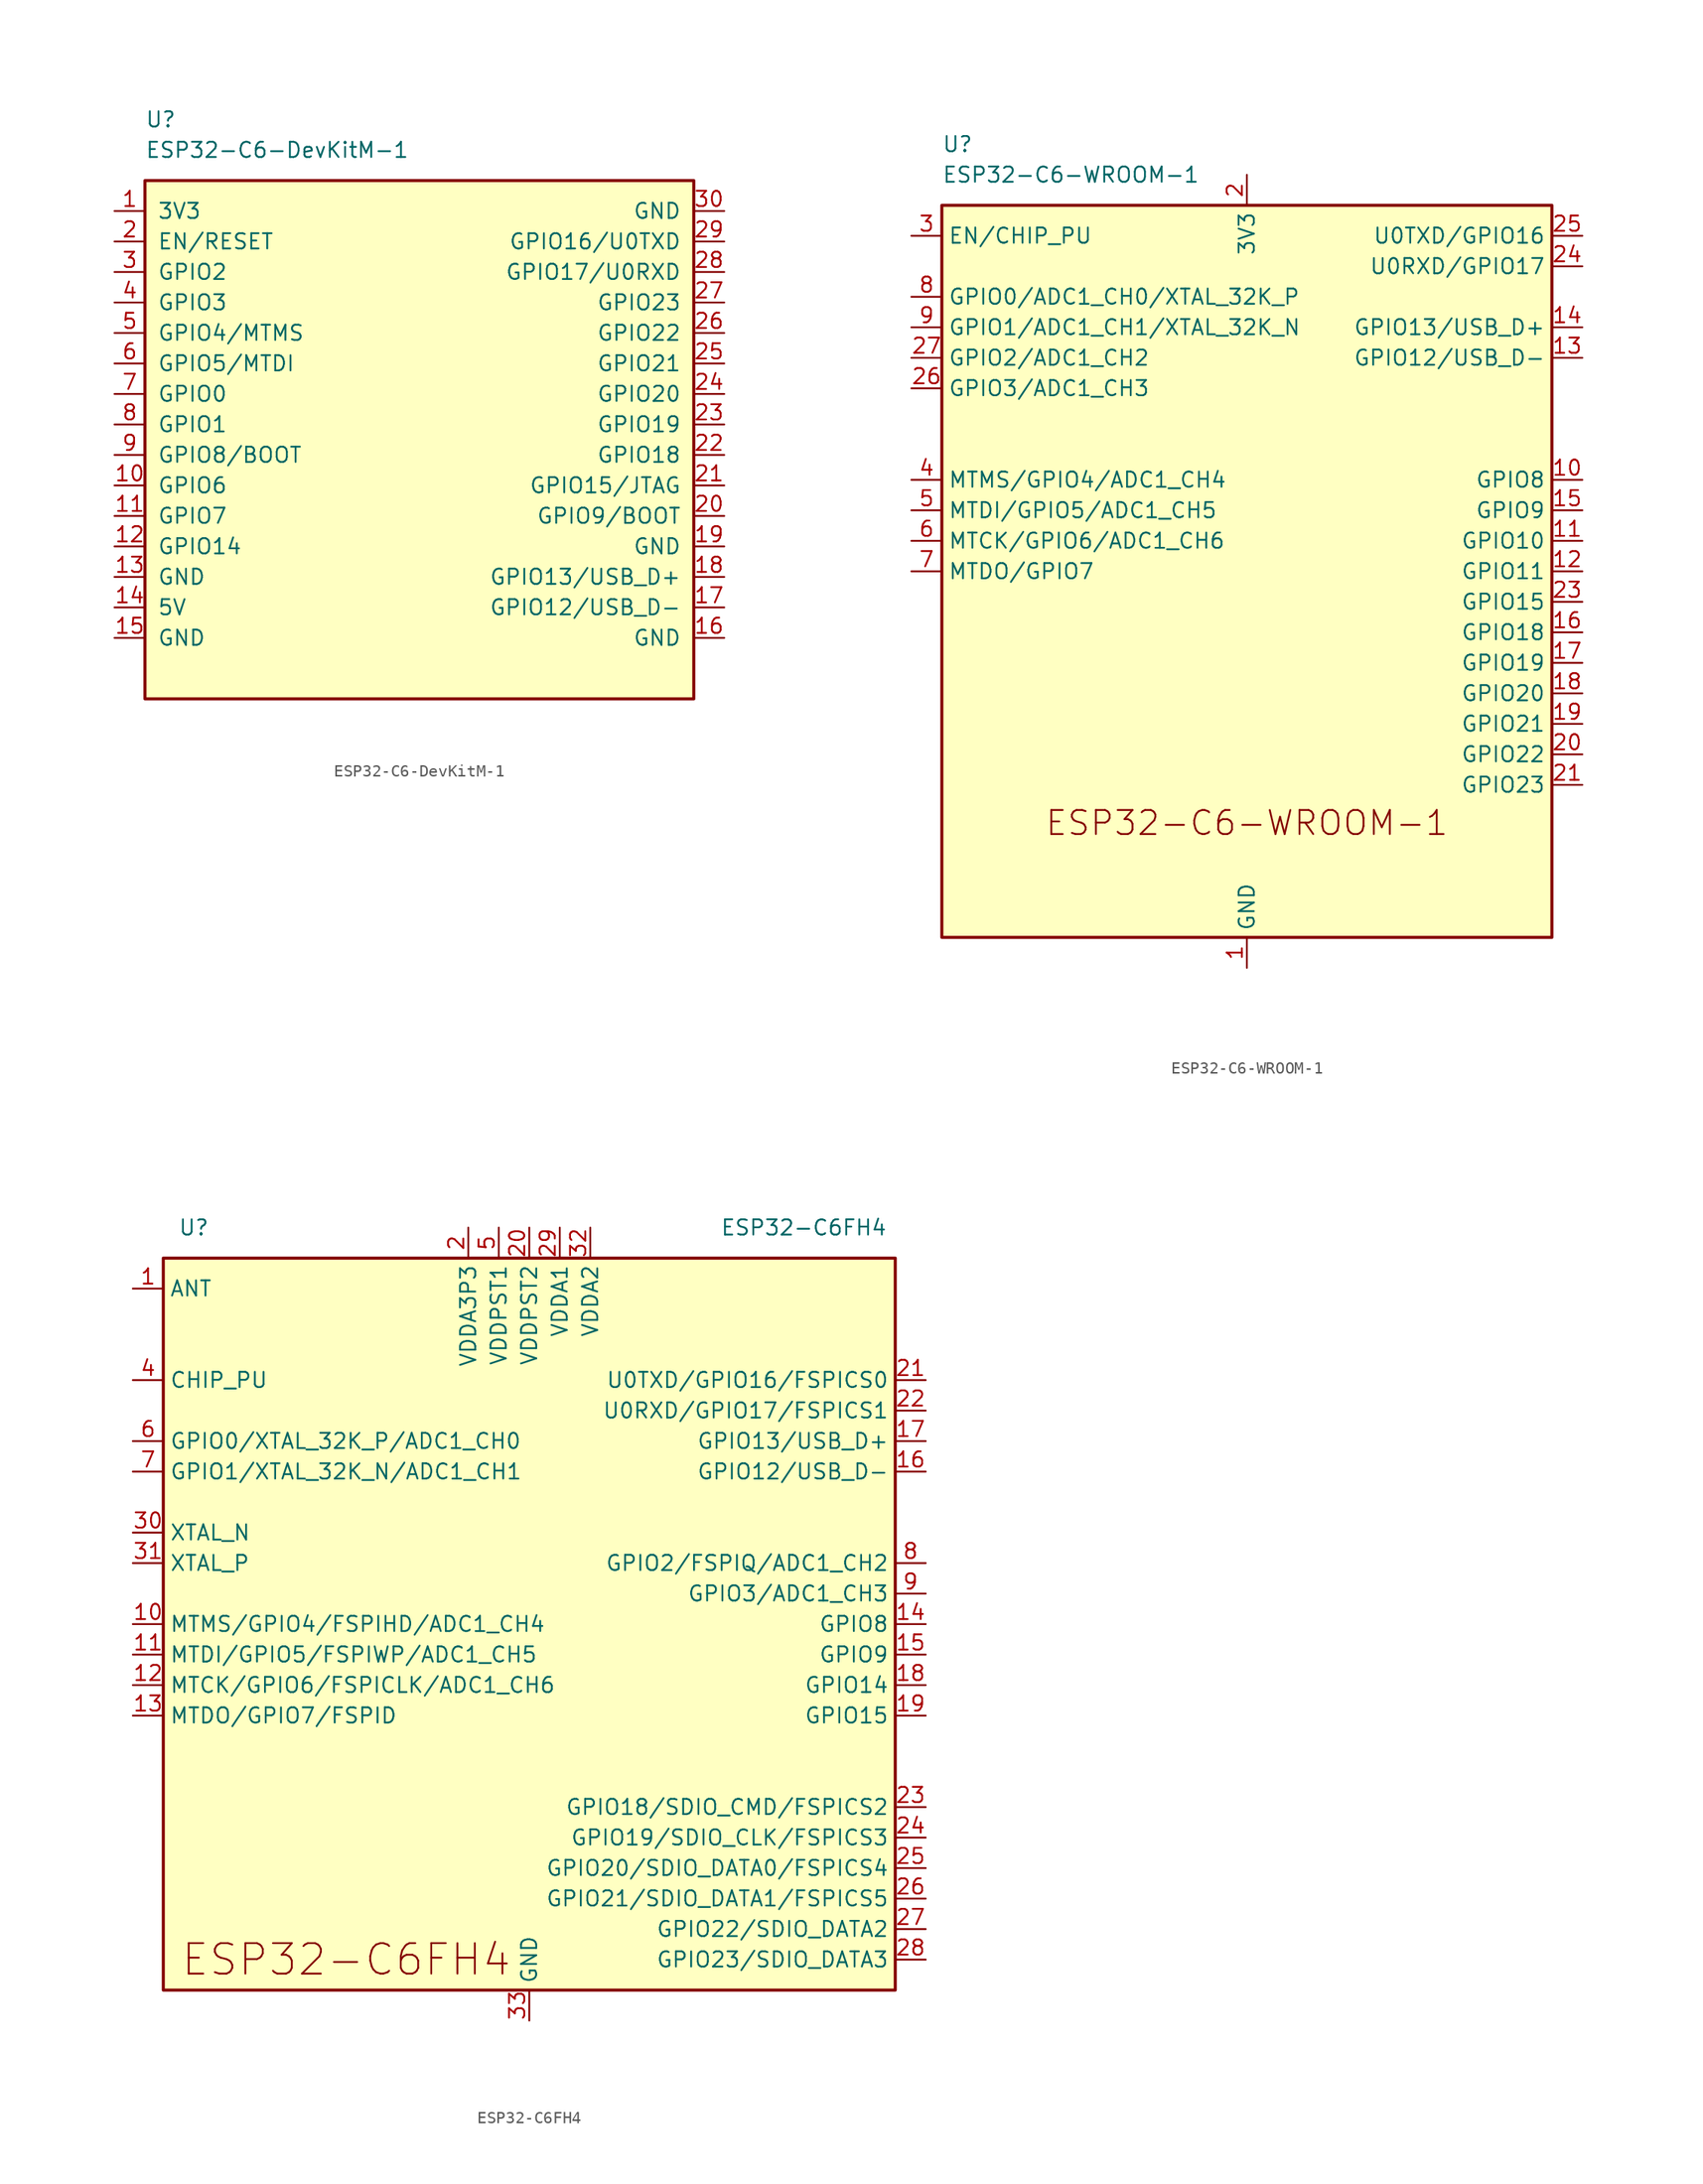
<source format=kicad_sym>
(kicad_symbol_lib
  (version 20241209)
  (generator "kicad_symbol_editor")
  (generator_version "9.0")
  (symbol "ESP32-C6-DevKitM-1"
    (pin_names
      (offset 1.016))
    (property "Reference" "U"
      (at -22.86 25.4 0)
      (effects (font (size 1.27 1.27)) (justify left)))
    (property "Value" "ESP32-C6-DevKitM-1"
      (at -22.86 22.86 0)
      (effects (font (size 1.27 1.27)) (justify left)))
    (symbol "ESP32-C6-DevKitM-1_0_1"
      (rectangle (start -22.86 20.32) (end 22.86 -22.86) (stroke (width 0.254) (type default)) (fill (type background))))
    (symbol "ESP32-C6-DevKitM-1_1_0"
      (pin input line (at -25.4 15.24 0) (length 2.54) (name "EN/RESET" (effects (font (size 1.27 1.27)))) (number "2" (effects (font (size 1.27 1.27)))))
      (pin power_in line (at -25.4 -15.24 0) (length 2.54) (name "5V" (effects (font (size 1.27 1.27)))) (number "14" (effects (font (size 1.27 1.27)))))
      (pin passive line (at 25.4 17.78 180) (length 2.54) (name "GND" (effects (font (size 1.27 1.27)))) (number "30" (effects (font (size 1.27 1.27))))))
    (symbol "ESP32-C6-DevKitM-1_1_1"
      (pin power_in line (at -25.4 17.78 0) (length 2.54) (name "3V3" (effects (font (size 1.27 1.27)))) (number "1" (effects (font (size 1.27 1.27)))))
      (pin bidirectional line (at -25.4 12.7 0) (length 2.54) (name "GPIO2" (effects (font (size 1.27 1.27)))) (number "3" (effects (font (size 1.27 1.27)))) (alternate "GPIO2/ADC1_CH2" bidirectional line) (alternate "GPIO2/FSPIQ" bidirectional line) (alternate "GPIO2/LP_GPIO2" bidirectional line) (alternate "GPIO2/LP_UART_RTSN" bidirectional line))
      (pin bidirectional line (at -25.4 10.16 0) (length 2.54) (name "GPIO3" (effects (font (size 1.27 1.27)))) (number "4" (effects (font (size 1.27 1.27)))) (alternate "GPIO3/ADC1_CH3" bidirectional line) (alternate "GPIO3/LP_GPIO3" bidirectional line) (alternate "GPIO3/LP_UART_CTSN" bidirectional line))
      (pin bidirectional line (at -25.4 7.62 0) (length 2.54) (name "GPIO4/MTMS" (effects (font (size 1.27 1.27)))) (number "5" (effects (font (size 1.27 1.27)))) (alternate "GPIO4" bidirectional line) (alternate "GPIO4/ADC1_CH4" bidirectional line) (alternate "GPIO4/FSPIHD" bidirectional line) (alternate "GPIO4/LP_GPIO4" bidirectional line) (alternate "GPIO4/LP_UART_RXD" bidirectional line))
      (pin bidirectional line (at -25.4 5.08 0) (length 2.54) (name "GPIO5/MTDI" (effects (font (size 1.27 1.27)))) (number "6" (effects (font (size 1.27 1.27)))) (alternate "GPIO5" bidirectional line) (alternate "GPIO5/ADC1_CH5" bidirectional line) (alternate "GPIO5/FSPIWP" bidirectional line) (alternate "GPIO5/LP_GPIO5" bidirectional line) (alternate "GPIO5/LP_UART_TXD" bidirectional line))
      (pin bidirectional line (at -25.4 2.54 0) (length 2.54) (name "GPIO0" (effects (font (size 1.27 1.27)))) (number "7" (effects (font (size 1.27 1.27)))) (alternate "GPIO0/ADC1_CH0" bidirectional line) (alternate "GPIO0/LP_GPIO0" bidirectional line) (alternate "GPIO0/LP_UART_DTRN" bidirectional line) (alternate "GPIO0/XTAL_32K_P" bidirectional line))
      (pin bidirectional line (at -25.4 0 0) (length 2.54) (name "GPIO1" (effects (font (size 1.27 1.27)))) (number "8" (effects (font (size 1.27 1.27)))) (alternate "GPIO1/ADC1_CH1" bidirectional line) (alternate "GPIO1/LP_GPIO1" bidirectional line) (alternate "GPIO1/LP_UART_DSRN" bidirectional line) (alternate "GPIO1/XTAL_32K_N" bidirectional line))
      (pin bidirectional line (at -25.4 -2.54 0) (length 2.54) (name "GPIO8/BOOT" (effects (font (size 1.27 1.27)))) (number "9" (effects (font (size 1.27 1.27)))))
      (pin bidirectional line (at -25.4 -5.08 0) (length 2.54) (name "GPIO6" (effects (font (size 1.27 1.27)))) (number "10" (effects (font (size 1.27 1.27)))) (alternate "GPIO6/ADC1_CH6" bidirectional line) (alternate "GPIO6/FSPICLK" bidirectional line) (alternate "GPIO6/LP_GPIO6" bidirectional line) (alternate "GPIO6/LP_I2C_SDA" bidirectional line) (alternate "GPIO6/MTCK" bidirectional line))
      (pin bidirectional line (at -25.4 -7.62 0) (length 2.54) (name "GPIO7" (effects (font (size 1.27 1.27)))) (number "11" (effects (font (size 1.27 1.27)))))
      (pin bidirectional line (at -25.4 -10.16 0) (length 2.54) (name "GPIO14" (effects (font (size 1.27 1.27)))) (number "12" (effects (font (size 1.27 1.27)))))
      (pin passive line (at -25.4 -12.7 0) (length 2.54) (name "GND" (effects (font (size 1.27 1.27)))) (number "13" (effects (font (size 1.27 1.27)))))
      (pin passive line (at -25.4 -17.78 0) (length 2.54) (name "GND" (effects (font (size 1.27 1.27)))) (number "15" (effects (font (size 1.27 1.27)))))
      (pin bidirectional line (at 25.4 15.24 180) (length 2.54) (name "GPIO16/U0TXD" (effects (font (size 1.27 1.27)))) (number "29" (effects (font (size 1.27 1.27)))) (alternate "GPIO16" bidirectional line) (alternate "GPIO16/FSPICS0" bidirectional line))
      (pin bidirectional line (at 25.4 12.7 180) (length 2.54) (name "GPIO17/U0RXD" (effects (font (size 1.27 1.27)))) (number "28" (effects (font (size 1.27 1.27)))) (alternate "GPIO17" bidirectional line) (alternate "GPIO17/FSPICS1" bidirectional line))
      (pin bidirectional line (at 25.4 10.16 180) (length 2.54) (name "GPIO23" (effects (font (size 1.27 1.27)))) (number "27" (effects (font (size 1.27 1.27)))) (alternate "GPIO23/SDIO_DATA3" bidirectional line))
      (pin bidirectional line (at 25.4 7.62 180) (length 2.54) (name "GPIO22" (effects (font (size 1.27 1.27)))) (number "26" (effects (font (size 1.27 1.27)))) (alternate "GPIO22/SDIO_DATA2" bidirectional line))
      (pin bidirectional line (at 25.4 5.08 180) (length 2.54) (name "GPIO21" (effects (font (size 1.27 1.27)))) (number "25" (effects (font (size 1.27 1.27)))) (alternate "GPIO21/FSPICS5" bidirectional line) (alternate "GPIO21/SDIO_DATA1" bidirectional line))
      (pin bidirectional line (at 25.4 2.54 180) (length 2.54) (name "GPIO20" (effects (font (size 1.27 1.27)))) (number "24" (effects (font (size 1.27 1.27)))) (alternate "GPIO20/FSPICS4" bidirectional line) (alternate "GPIO20/SDIO_DATA0" bidirectional line))
      (pin bidirectional line (at 25.4 0 180) (length 2.54) (name "GPIO19" (effects (font (size 1.27 1.27)))) (number "23" (effects (font (size 1.27 1.27)))) (alternate "GPIO19/FSPICS3" bidirectional line) (alternate "GPIO19/SDIO_CLK" bidirectional line))
      (pin bidirectional line (at 25.4 -2.54 180) (length 2.54) (name "GPIO18" (effects (font (size 1.27 1.27)))) (number "22" (effects (font (size 1.27 1.27)))) (alternate "GPIO18/FSPICS2" bidirectional line) (alternate "GPIO18/SDIO_CMD" bidirectional line))
      (pin bidirectional line (at 25.4 -5.08 180) (length 2.54) (name "GPIO15/JTAG" (effects (font (size 1.27 1.27)))) (number "21" (effects (font (size 1.27 1.27)))))
      (pin bidirectional line (at 25.4 -7.62 180) (length 2.54) (name "GPIO9/BOOT" (effects (font (size 1.27 1.27)))) (number "20" (effects (font (size 1.27 1.27)))))
      (pin passive line (at 25.4 -10.16 180) (length 2.54) (name "GND" (effects (font (size 1.27 1.27)))) (number "19" (effects (font (size 1.27 1.27)))))
      (pin bidirectional line (at 25.4 -12.7 180) (length 2.54) (name "GPIO13/USB_D+" (effects (font (size 1.27 1.27)))) (number "18" (effects (font (size 1.27 1.27)))) (alternate "GPIO13" bidirectional line))
      (pin bidirectional line (at 25.4 -15.24 180) (length 2.54) (name "GPIO12/USB_D-" (effects (font (size 1.27 1.27)))) (number "17" (effects (font (size 1.27 1.27)))) (alternate "GPIO12" bidirectional line))
      (pin passive line (at 25.4 -17.78 180) (length 2.54) (name "GND" (effects (font (size 1.27 1.27)))) (number "16" (effects (font (size 1.27 1.27)))))))
  (symbol "ESP32-C6-WROOM-1"
    (property "Reference" "U"
      (at -25.4 35.56 0)
      (effects (font (size 1.27 1.27)) (justify left)))
    (property "Value" "ESP32-C6-WROOM-1"
      (at -25.4 33.02 0)
      (effects (font (size 1.27 1.27)) (justify left)))
    (symbol "ESP32-C6-WROOM-1_0_0"
      (text "ESP32-C6-WROOM-1" (at 0 -20.955 0) (effects (font (size 2 2)))))
    (symbol "ESP32-C6-WROOM-1_0_1"
      (rectangle (start -25.4 30.48) (end 25.4 -30.48) (stroke (width 0.254) (type default)) (fill (type background))))
    (symbol "ESP32-C6-WROOM-1_1_1"
      (pin input line (at -27.94 27.94 0) (length 2.54) (name "EN/CHIP_PU" (effects (font (size 1.27 1.27)))) (number "3" (effects (font (size 1.27 1.27)))))
      (pin bidirectional line (at -27.94 22.86 0) (length 2.54) (name "GPIO0/ADC1_CH0/XTAL_32K_P" (effects (font (size 1.27 1.27)))) (number "8" (effects (font (size 1.27 1.27)))))
      (pin bidirectional line (at -27.94 20.32 0) (length 2.54) (name "GPIO1/ADC1_CH1/XTAL_32K_N" (effects (font (size 1.27 1.27)))) (number "9" (effects (font (size 1.27 1.27)))))
      (pin bidirectional line (at -27.94 17.78 0) (length 2.54) (name "GPIO2/ADC1_CH2" (effects (font (size 1.27 1.27)))) (number "27" (effects (font (size 1.27 1.27)))))
      (pin bidirectional line (at -27.94 15.24 0) (length 2.54) (name "GPIO3/ADC1_CH3" (effects (font (size 1.27 1.27)))) (number "26" (effects (font (size 1.27 1.27)))))
      (pin bidirectional line (at -27.94 7.62 0) (length 2.54) (name "MTMS/GPIO4/ADC1_CH4" (effects (font (size 1.27 1.27)))) (number "4" (effects (font (size 1.27 1.27)))))
      (pin bidirectional line (at -27.94 5.08 0) (length 2.54) (name "MTDI/GPIO5/ADC1_CH5" (effects (font (size 1.27 1.27)))) (number "5" (effects (font (size 1.27 1.27)))))
      (pin bidirectional line (at -27.94 2.54 0) (length 2.54) (name "MTCK/GPIO6/ADC1_CH6" (effects (font (size 1.27 1.27)))) (number "6" (effects (font (size 1.27 1.27)))))
      (pin bidirectional line (at -27.94 0 0) (length 2.54) (name "MTDO/GPIO7" (effects (font (size 1.27 1.27)))) (number "7" (effects (font (size 1.27 1.27)))))
      (pin no_connect line (at -25.4 -12.7 0) (length 2.54) (hide yes) (name "NC" (effects (font (size 1.27 1.27)))) (number "22" (effects (font (size 1.27 1.27)))))
      (pin power_in line (at 0 33.02 270) (length 2.54) (name "3V3" (effects (font (size 1.27 1.27)))) (number "2" (effects (font (size 1.27 1.27)))))
      (pin power_in line (at 0 -33.02 90) (length 2.54) (name "GND" (effects (font (size 1.27 1.27)))) (number "1" (effects (font (size 1.27 1.27)))))
      (pin passive line (at 0 -33.02 90) (length 2.54) (hide yes) (name "GND" (effects (font (size 1.27 1.27)))) (number "28" (effects (font (size 1.27 1.27)))))
      (pin passive line (at 0 -33.02 90) (length 2.54) (hide yes) (name "GND" (effects (font (size 1.27 1.27)))) (number "29" (effects (font (size 1.27 1.27)))))
      (pin bidirectional line (at 27.94 27.94 180) (length 2.54) (name "U0TXD/GPIO16" (effects (font (size 1.27 1.27)))) (number "25" (effects (font (size 1.27 1.27)))))
      (pin bidirectional line (at 27.94 25.4 180) (length 2.54) (name "U0RXD/GPIO17" (effects (font (size 1.27 1.27)))) (number "24" (effects (font (size 1.27 1.27)))))
      (pin bidirectional line (at 27.94 20.32 180) (length 2.54) (name "GPIO13/USB_D+" (effects (font (size 1.27 1.27)))) (number "14" (effects (font (size 1.27 1.27)))))
      (pin bidirectional line (at 27.94 17.78 180) (length 2.54) (name "GPIO12/USB_D-" (effects (font (size 1.27 1.27)))) (number "13" (effects (font (size 1.27 1.27)))))
      (pin bidirectional line (at 27.94 7.62 180) (length 2.54) (name "GPIO8" (effects (font (size 1.27 1.27)))) (number "10" (effects (font (size 1.27 1.27)))))
      (pin bidirectional line (at 27.94 5.08 180) (length 2.54) (name "GPIO9" (effects (font (size 1.27 1.27)))) (number "15" (effects (font (size 1.27 1.27)))))
      (pin bidirectional line (at 27.94 2.54 180) (length 2.54) (name "GPIO10" (effects (font (size 1.27 1.27)))) (number "11" (effects (font (size 1.27 1.27)))))
      (pin bidirectional line (at 27.94 0 180) (length 2.54) (name "GPIO11" (effects (font (size 1.27 1.27)))) (number "12" (effects (font (size 1.27 1.27)))))
      (pin bidirectional line (at 27.94 -2.54 180) (length 2.54) (name "GPIO15" (effects (font (size 1.27 1.27)))) (number "23" (effects (font (size 1.27 1.27)))))
      (pin bidirectional line (at 27.94 -5.08 180) (length 2.54) (name "GPIO18" (effects (font (size 1.27 1.27)))) (number "16" (effects (font (size 1.27 1.27)))))
      (pin bidirectional line (at 27.94 -7.62 180) (length 2.54) (name "GPIO19" (effects (font (size 1.27 1.27)))) (number "17" (effects (font (size 1.27 1.27)))))
      (pin bidirectional line (at 27.94 -10.16 180) (length 2.54) (name "GPIO20" (effects (font (size 1.27 1.27)))) (number "18" (effects (font (size 1.27 1.27)))))
      (pin bidirectional line (at 27.94 -12.7 180) (length 2.54) (name "GPIO21" (effects (font (size 1.27 1.27)))) (number "19" (effects (font (size 1.27 1.27)))))
      (pin bidirectional line (at 27.94 -15.24 180) (length 2.54) (name "GPIO22" (effects (font (size 1.27 1.27)))) (number "20" (effects (font (size 1.27 1.27)))))
      (pin bidirectional line (at 27.94 -17.78 180) (length 2.54) (name "GPIO23" (effects (font (size 1.27 1.27)))) (number "21" (effects (font (size 1.27 1.27)))))))
  (symbol "ESP32-C6FH4"
    (property "Reference" "U"
      (at -27.94 33.02 0)
      (effects (font (size 1.27 1.27))))
    (property "Value" "ESP32-C6FH4"
      (at 22.86 33.02 0)
      (effects (font (size 1.27 1.27))))
    (symbol "ESP32-C6FH4_0_0"
      (text "ESP32-C6FH4" (at -15.24 -27.94 0) (effects (font (size 2.54 2.54)))))
    (symbol "ESP32-C6FH4_0_1"
      (rectangle (start -30.48 30.48) (end 30.48 -30.48) (stroke (width 0.254) (type default)) (fill (type background))))
    (symbol "ESP32-C6FH4_1_1"
      (pin bidirectional line (at -33.02 27.94 0) (length 2.54) (name "ANT" (effects (font (size 1.27 1.27)))) (number "1" (effects (font (size 1.27 1.27)))))
      (pin input line (at -33.02 20.32 0) (length 2.54) (name "CHIP_PU" (effects (font (size 1.27 1.27)))) (number "4" (effects (font (size 1.27 1.27)))))
      (pin bidirectional line (at -33.02 15.24 0) (length 2.54) (name "GPIO0/XTAL_32K_P/ADC1_CH0" (effects (font (size 1.27 1.27)))) (number "6" (effects (font (size 1.27 1.27)))))
      (pin bidirectional line (at -33.02 12.7 0) (length 2.54) (name "GPIO1/XTAL_32K_N/ADC1_CH1" (effects (font (size 1.27 1.27)))) (number "7" (effects (font (size 1.27 1.27)))))
      (pin output line (at -33.02 7.62 0) (length 2.54) (name "XTAL_N" (effects (font (size 1.27 1.27)))) (number "30" (effects (font (size 1.27 1.27)))))
      (pin input line (at -33.02 5.08 0) (length 2.54) (name "XTAL_P" (effects (font (size 1.27 1.27)))) (number "31" (effects (font (size 1.27 1.27)))))
      (pin bidirectional line (at -33.02 0 0) (length 2.54) (name "MTMS/GPIO4/FSPIHD/ADC1_CH4" (effects (font (size 1.27 1.27)))) (number "10" (effects (font (size 1.27 1.27)))))
      (pin bidirectional line (at -33.02 -2.54 0) (length 2.54) (name "MTDI/GPIO5/FSPIWP/ADC1_CH5" (effects (font (size 1.27 1.27)))) (number "11" (effects (font (size 1.27 1.27)))))
      (pin bidirectional line (at -33.02 -5.08 0) (length 2.54) (name "MTCK/GPIO6/FSPICLK/ADC1_CH6" (effects (font (size 1.27 1.27)))) (number "12" (effects (font (size 1.27 1.27)))))
      (pin bidirectional line (at -33.02 -7.62 0) (length 2.54) (name "MTDO/GPIO7/FSPID" (effects (font (size 1.27 1.27)))) (number "13" (effects (font (size 1.27 1.27)))))
      (pin power_in line (at -5.08 33.02 270) (length 2.54) (name "VDDA3P3" (effects (font (size 1.27 1.27)))) (number "2" (effects (font (size 1.27 1.27)))))
      (pin passive line (at -5.08 33.02 270) (length 2.54) (hide yes) (name "VDDA3P3" (effects (font (size 1.27 1.27)))) (number "3" (effects (font (size 1.27 1.27)))))
      (pin power_in line (at -2.54 33.02 270) (length 2.54) (name "VDDPST1" (effects (font (size 1.27 1.27)))) (number "5" (effects (font (size 1.27 1.27)))))
      (pin power_in line (at 0 33.02 270) (length 2.54) (name "VDDPST2" (effects (font (size 1.27 1.27)))) (number "20" (effects (font (size 1.27 1.27)))))
      (pin power_in line (at 0 -33.02 90) (length 2.54) (name "GND" (effects (font (size 1.27 1.27)))) (number "33" (effects (font (size 1.27 1.27)))))
      (pin power_in line (at 2.54 33.02 270) (length 2.54) (name "VDDA1" (effects (font (size 1.27 1.27)))) (number "29" (effects (font (size 1.27 1.27)))))
      (pin power_in line (at 5.08 33.02 270) (length 2.54) (name "VDDA2" (effects (font (size 1.27 1.27)))) (number "32" (effects (font (size 1.27 1.27)))))
      (pin bidirectional line (at 33.02 20.32 180) (length 2.54) (name "U0TXD/GPIO16/FSPICS0" (effects (font (size 1.27 1.27)))) (number "21" (effects (font (size 1.27 1.27)))))
      (pin bidirectional line (at 33.02 17.78 180) (length 2.54) (name "U0RXD/GPIO17/FSPICS1" (effects (font (size 1.27 1.27)))) (number "22" (effects (font (size 1.27 1.27)))))
      (pin bidirectional line (at 33.02 15.24 180) (length 2.54) (name "GPIO13/USB_D+" (effects (font (size 1.27 1.27)))) (number "17" (effects (font (size 1.27 1.27)))))
      (pin bidirectional line (at 33.02 12.7 180) (length 2.54) (name "GPIO12/USB_D-" (effects (font (size 1.27 1.27)))) (number "16" (effects (font (size 1.27 1.27)))))
      (pin bidirectional line (at 33.02 5.08 180) (length 2.54) (name "GPIO2/FSPIQ/ADC1_CH2" (effects (font (size 1.27 1.27)))) (number "8" (effects (font (size 1.27 1.27)))))
      (pin bidirectional line (at 33.02 2.54 180) (length 2.54) (name "GPIO3/ADC1_CH3" (effects (font (size 1.27 1.27)))) (number "9" (effects (font (size 1.27 1.27)))))
      (pin bidirectional line (at 33.02 0 180) (length 2.54) (name "GPIO8" (effects (font (size 1.27 1.27)))) (number "14" (effects (font (size 1.27 1.27)))))
      (pin bidirectional line (at 33.02 -2.54 180) (length 2.54) (name "GPIO9" (effects (font (size 1.27 1.27)))) (number "15" (effects (font (size 1.27 1.27)))))
      (pin bidirectional line (at 33.02 -5.08 180) (length 2.54) (name "GPIO14" (effects (font (size 1.27 1.27)))) (number "18" (effects (font (size 1.27 1.27)))))
      (pin bidirectional line (at 33.02 -7.62 180) (length 2.54) (name "GPIO15" (effects (font (size 1.27 1.27)))) (number "19" (effects (font (size 1.27 1.27)))))
      (pin bidirectional line (at 33.02 -15.24 180) (length 2.54) (name "GPIO18/SDIO_CMD/FSPICS2" (effects (font (size 1.27 1.27)))) (number "23" (effects (font (size 1.27 1.27)))))
      (pin bidirectional line (at 33.02 -17.78 180) (length 2.54) (name "GPIO19/SDIO_CLK/FSPICS3" (effects (font (size 1.27 1.27)))) (number "24" (effects (font (size 1.27 1.27)))))
      (pin bidirectional line (at 33.02 -20.32 180) (length 2.54) (name "GPIO20/SDIO_DATA0/FSPICS4" (effects (font (size 1.27 1.27)))) (number "25" (effects (font (size 1.27 1.27)))))
      (pin bidirectional line (at 33.02 -22.86 180) (length 2.54) (name "GPIO21/SDIO_DATA1/FSPICS5" (effects (font (size 1.27 1.27)))) (number "26" (effects (font (size 1.27 1.27)))))
      (pin bidirectional line (at 33.02 -25.4 180) (length 2.54) (name "GPIO22/SDIO_DATA2" (effects (font (size 1.27 1.27)))) (number "27" (effects (font (size 1.27 1.27)))))
      (pin bidirectional line (at 33.02 -27.94 180) (length 2.54) (name "GPIO23/SDIO_DATA3" (effects (font (size 1.27 1.27)))) (number "28" (effects (font (size 1.27 1.27))))))))
</source>
